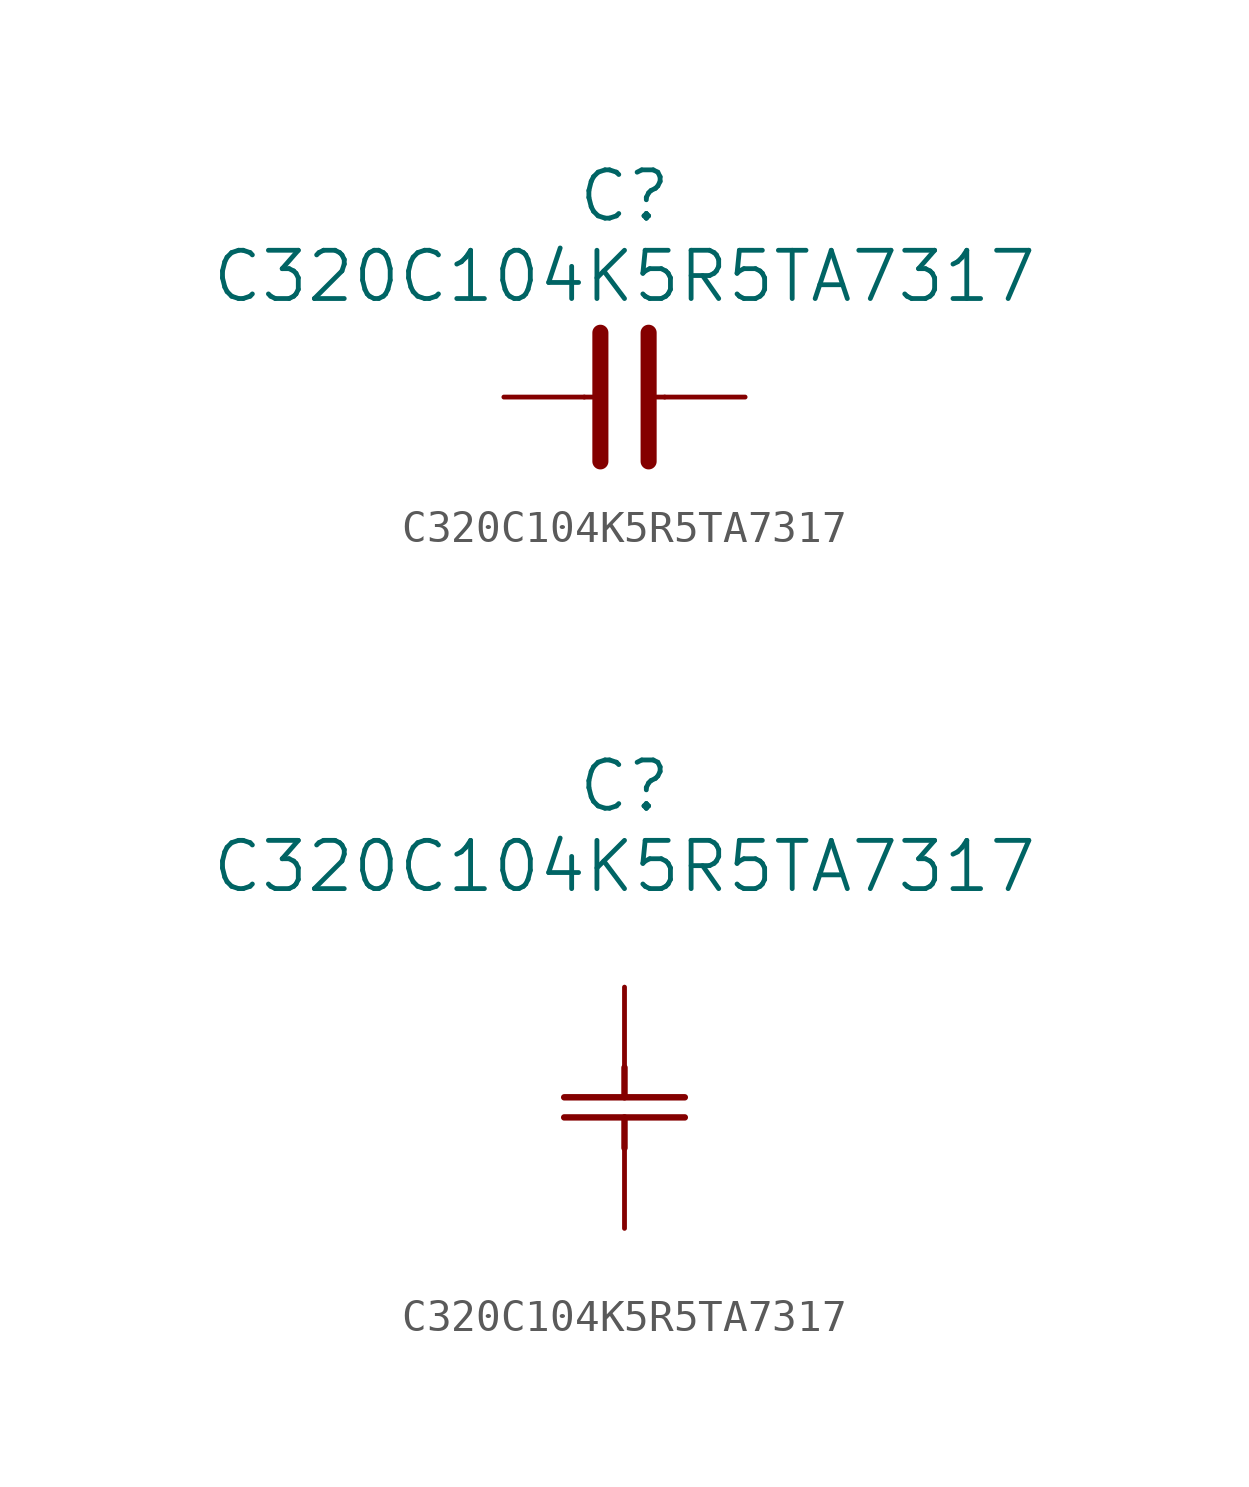
<source format=kicad_sym>
(kicad_symbol_lib
  (version 20220914)
  (generator kicad_symbol_editor)
  (symbol "C320C104K5R5TA7317"
    (pin_numbers hide)
    (pin_names
      (offset 0.254) hide)
    (property "Reference" "C"
      (at 0 6.35 0)
      (effects (font (size 1.524 1.524))))
    (property "Value" "C320C104K5R5TA7317"
      (at 0 3.81 0)
      (effects (font (size 1.524 1.524))))
    (symbol "C320C104K5R5TA7317_0_1"
      (polyline (pts (xy -1.27 0) (xy -1.016 0)) (stroke (width 0) (type default)) (fill (type none)))
      (polyline (pts (xy -0.762 -2.032) (xy -0.762 2.032)) (stroke (width 0.508) (type default)) (fill (type none)))
      (polyline (pts (xy 0.762 -2.032) (xy 0.762 2.032)) (stroke (width 0.508) (type default)) (fill (type none)))
      (polyline (pts (xy 1.27 0) (xy 1.016 0)) (stroke (width 0) (type default)) (fill (type none))))
    (symbol "C320C104K5R5TA7317_1_1"
      (pin passive line (at -3.81 0 0) (length 2.54) (name "" (effects (font (size 1.27 1.27)))) (number "1" (effects (font (size 1.27 1.27)))))
      (pin passive line (at 3.81 0 180) (length 2.54) (name "" (effects (font (size 1.27 1.27)))) (number "2" (effects (font (size 1.27 1.27))))))
    (symbol "C320C104K5R5TA7317_1_2"
      (polyline (pts (xy -1.905 -4.115) (xy 1.905 -4.115)) (stroke (width 0.203) (type default)) (fill (type none)))
      (polyline (pts (xy -1.905 -3.48) (xy 1.905 -3.48)) (stroke (width 0.203) (type default)) (fill (type none)))
      (polyline (pts (xy 0 -4.115) (xy 0 -5.08)) (stroke (width 0.203) (type default)) (fill (type none)))
      (polyline (pts (xy 0 -2.54) (xy 0 -3.48)) (stroke (width 0.203) (type default)) (fill (type none)))
      (pin unspecified line (at 0 0 270) (length 2.54) (name "" (effects (font (size 1.27 1.27)))) (number "1" (effects (font (size 1.27 1.27)))))
      (pin unspecified line (at 0 -7.62 90) (length 2.54) (name "" (effects (font (size 1.27 1.27)))) (number "2" (effects (font (size 1.27 1.27))))))))
</source>
